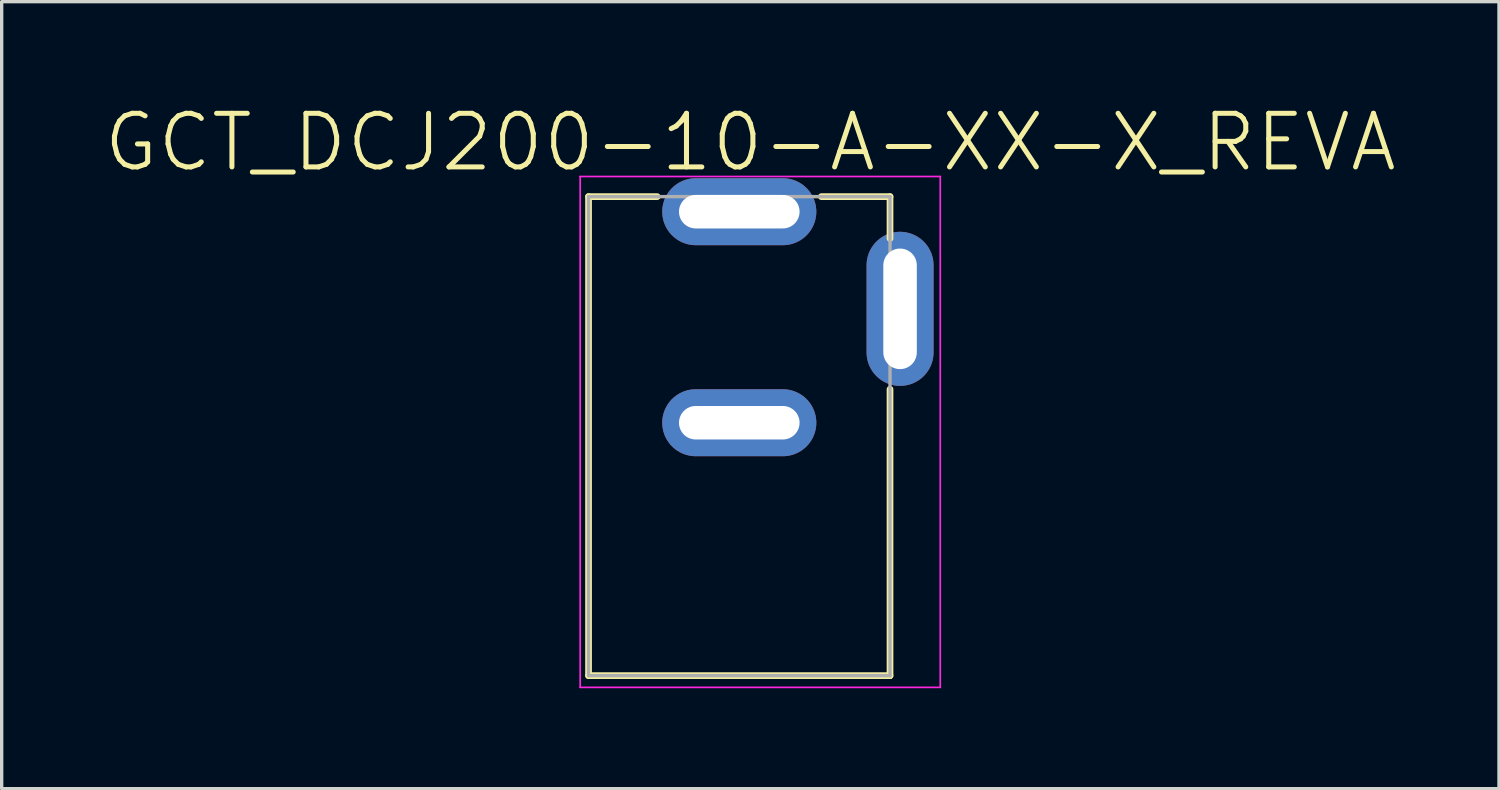
<source format=kicad_pcb>
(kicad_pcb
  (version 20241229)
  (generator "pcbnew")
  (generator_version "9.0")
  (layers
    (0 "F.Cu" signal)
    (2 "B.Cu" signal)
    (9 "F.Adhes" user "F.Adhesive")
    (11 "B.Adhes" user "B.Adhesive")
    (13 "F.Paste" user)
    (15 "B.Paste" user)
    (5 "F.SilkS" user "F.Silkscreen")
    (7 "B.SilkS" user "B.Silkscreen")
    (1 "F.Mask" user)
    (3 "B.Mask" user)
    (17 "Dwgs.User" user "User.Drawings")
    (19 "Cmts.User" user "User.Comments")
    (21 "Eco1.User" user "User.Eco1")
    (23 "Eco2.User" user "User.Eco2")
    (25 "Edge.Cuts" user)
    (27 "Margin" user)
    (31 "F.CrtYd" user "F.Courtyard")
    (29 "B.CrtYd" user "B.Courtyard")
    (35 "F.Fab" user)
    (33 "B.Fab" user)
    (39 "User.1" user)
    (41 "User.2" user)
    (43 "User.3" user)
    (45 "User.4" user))
  (footprint "GCT_DCJ200-10-A-XX-X_REVA"
    (layer "F.Cu")
    (at 19.02 16.97)
    (property "Reference" "GCT_DCJ200-10-A-XX-X_REVA" (at 0.33 -15.77 0) (layer "F.SilkS") (effects (font (size 1.601 1.601) (thickness 0.15))))
    (attr through_hole)
    (fp_line (start -4.5 -14.15) (end -4.5 0.15) (stroke (width 0.2) (type solid)) (layer "F.SilkS"))
    (fp_line (start -4.5 0.15) (end 4.5 0.15) (stroke (width 0.2) (type solid)) (layer "F.SilkS"))
    (fp_line (start -2.45 -14.15) (end -4.5 -14.15) (stroke (width 0.2) (type solid)) (layer "F.SilkS"))
    (fp_line (start 2.45 -14.15) (end 4.5 -14.15) (stroke (width 0.2) (type solid)) (layer "F.SilkS"))
    (fp_line (start 4.5 -14.15) (end 4.5 -12.9) (stroke (width 0.2) (type solid)) (layer "F.SilkS"))
    (fp_line (start 4.5 0.15) (end 4.5 -8.4) (stroke (width 0.2) (type solid)) (layer "F.SilkS"))
    (fp_line (start -4.75 -14.75) (end 6 -14.75) (stroke (width 0.05) (type solid)) (layer "F.CrtYd"))
    (fp_line (start -4.75 0.5) (end -4.75 -14.75) (stroke (width 0.05) (type solid)) (layer "F.CrtYd"))
    (fp_line (start 6 -14.75) (end 6 0.5) (stroke (width 0.05) (type solid)) (layer "F.CrtYd"))
    (fp_line (start 6 0.5) (end -4.75 0.5) (stroke (width 0.05) (type solid)) (layer "F.CrtYd"))
    (fp_line (start -4.5 -14.15) (end 4.5 -14.15) (stroke (width 0.1) (type solid)) (layer "F.Fab"))
    (fp_line (start -4.5 0.15) (end -4.5 -14.15) (stroke (width 0.1) (type solid)) (layer "F.Fab"))
    (fp_line (start -4.5 0.15) (end 4.5 0.15) (stroke (width 0.1) (type solid)) (layer "F.Fab"))
    (fp_line (start 4.5 0.15) (end 4.5 -14.15) (stroke (width 0.1) (type solid)) (layer "F.Fab"))
    (pad "1" thru_hole oval (at 0 -13.7) (size 4.6 2) (drill oval 3.6 1) (layers "*.Cu" "*.Mask"))
    (pad "2" thru_hole oval (at 0 -7.4) (size 4.6 2) (drill oval 3.6 1) (layers "*.Cu" "*.Mask"))
    (pad "3" thru_hole oval (at 4.8 -10.8 90) (size 4.6 2) (drill oval 3.6 1) (layers "*.Cu" "*.Mask")))
  (gr_rect
    (start -3 -3)
    (end 41.7 20.495)
    (stroke (width 0.1) (type default))
    (fill no)
    (layer "Edge.Cuts")))
</source>
